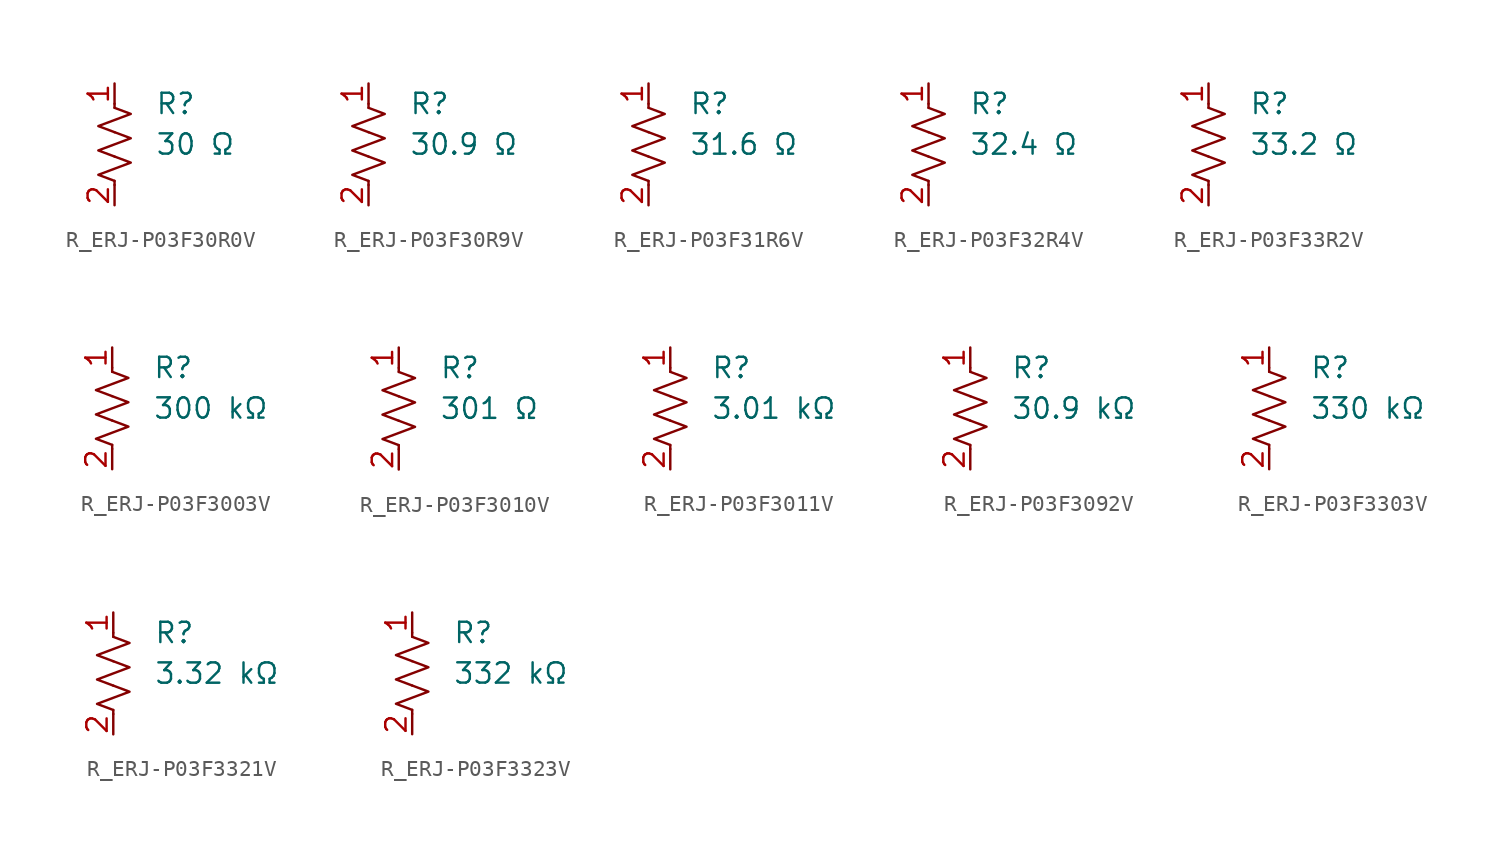
<source format=kicad_sym>
(kicad_symbol_lib
  (version 20231120)
  (generator "kicad_symbol_editor")
  (generator_version "8.0")
  (symbol "R_ERJ-P03F30R0V"
    (pin_names
      (offset 0.254))
    (property "Value" "30 Ω"
      (at 2.54 0 0)
      (effects (font (size 1.27 1.27)) (justify left)))
    (property "Reference" "R"
      (at 2.54 2.54 0)
      (effects (font (size 1.27 1.27)) (justify left)))
    (symbol "R_ERJ-P03F30R0V_0_1"
      (polyline (pts (xy 0 -2.286) (xy 0 -2.54)) (stroke (width 0) (type default)) (fill (type none)))
      (polyline (pts (xy 0 2.286) (xy 0 2.54)) (stroke (width 0) (type default)) (fill (type none)))
      (polyline (pts (xy 0 -0.762) (xy 1.016 -1.143) (xy 0 -1.524) (xy -1.016 -1.905) (xy 0 -2.286)) (stroke (width 0) (type default)) (fill (type none)))
      (polyline (pts (xy 0 0.762) (xy 1.016 0.381) (xy 0 0) (xy -1.016 -0.381) (xy 0 -0.762)) (stroke (width 0) (type default)) (fill (type none)))
      (polyline (pts (xy 0 2.286) (xy 1.016 1.905) (xy 0 1.524) (xy -1.016 1.143) (xy 0 0.762)) (stroke (width 0) (type default)) (fill (type none))))
    (symbol "R_ERJ-P03F30R0V_1_1"
      (pin passive line (at 0 3.81 270) (length 1.27) (name "~" (effects (font (size 1.27 1.27)))) (number "1" (effects (font (size 1.27 1.27)))))
      (pin passive line (at 0 -3.81 90) (length 1.27) (name "~" (effects (font (size 1.27 1.27)))) (number "2" (effects (font (size 1.27 1.27)))))))
  (symbol "R_ERJ-P03F30R9V"
    (pin_names
      (offset 0.254))
    (property "Value" "30.9 Ω"
      (at 2.54 0 0)
      (effects (font (size 1.27 1.27)) (justify left)))
    (property "Reference" "R"
      (at 2.54 2.54 0)
      (effects (font (size 1.27 1.27)) (justify left)))
    (symbol "R_ERJ-P03F30R9V_0_1"
      (polyline (pts (xy 0 -2.286) (xy 0 -2.54)) (stroke (width 0) (type default)) (fill (type none)))
      (polyline (pts (xy 0 2.286) (xy 0 2.54)) (stroke (width 0) (type default)) (fill (type none)))
      (polyline (pts (xy 0 -0.762) (xy 1.016 -1.143) (xy 0 -1.524) (xy -1.016 -1.905) (xy 0 -2.286)) (stroke (width 0) (type default)) (fill (type none)))
      (polyline (pts (xy 0 0.762) (xy 1.016 0.381) (xy 0 0) (xy -1.016 -0.381) (xy 0 -0.762)) (stroke (width 0) (type default)) (fill (type none)))
      (polyline (pts (xy 0 2.286) (xy 1.016 1.905) (xy 0 1.524) (xy -1.016 1.143) (xy 0 0.762)) (stroke (width 0) (type default)) (fill (type none))))
    (symbol "R_ERJ-P03F30R9V_1_1"
      (pin passive line (at 0 3.81 270) (length 1.27) (name "~" (effects (font (size 1.27 1.27)))) (number "1" (effects (font (size 1.27 1.27)))))
      (pin passive line (at 0 -3.81 90) (length 1.27) (name "~" (effects (font (size 1.27 1.27)))) (number "2" (effects (font (size 1.27 1.27)))))))
  (symbol "R_ERJ-P03F31R6V"
    (pin_names
      (offset 0.254))
    (property "Value" "31.6 Ω"
      (at 2.54 0 0)
      (effects (font (size 1.27 1.27)) (justify left)))
    (property "Reference" "R"
      (at 2.54 2.54 0)
      (effects (font (size 1.27 1.27)) (justify left)))
    (symbol "R_ERJ-P03F31R6V_0_1"
      (polyline (pts (xy 0 -2.286) (xy 0 -2.54)) (stroke (width 0) (type default)) (fill (type none)))
      (polyline (pts (xy 0 2.286) (xy 0 2.54)) (stroke (width 0) (type default)) (fill (type none)))
      (polyline (pts (xy 0 -0.762) (xy 1.016 -1.143) (xy 0 -1.524) (xy -1.016 -1.905) (xy 0 -2.286)) (stroke (width 0) (type default)) (fill (type none)))
      (polyline (pts (xy 0 0.762) (xy 1.016 0.381) (xy 0 0) (xy -1.016 -0.381) (xy 0 -0.762)) (stroke (width 0) (type default)) (fill (type none)))
      (polyline (pts (xy 0 2.286) (xy 1.016 1.905) (xy 0 1.524) (xy -1.016 1.143) (xy 0 0.762)) (stroke (width 0) (type default)) (fill (type none))))
    (symbol "R_ERJ-P03F31R6V_1_1"
      (pin passive line (at 0 3.81 270) (length 1.27) (name "~" (effects (font (size 1.27 1.27)))) (number "1" (effects (font (size 1.27 1.27)))))
      (pin passive line (at 0 -3.81 90) (length 1.27) (name "~" (effects (font (size 1.27 1.27)))) (number "2" (effects (font (size 1.27 1.27)))))))
  (symbol "R_ERJ-P03F32R4V"
    (pin_names
      (offset 0.254))
    (property "Value" "32.4 Ω"
      (at 2.54 0 0)
      (effects (font (size 1.27 1.27)) (justify left)))
    (property "Reference" "R"
      (at 2.54 2.54 0)
      (effects (font (size 1.27 1.27)) (justify left)))
    (symbol "R_ERJ-P03F32R4V_0_1"
      (polyline (pts (xy 0 -2.286) (xy 0 -2.54)) (stroke (width 0) (type default)) (fill (type none)))
      (polyline (pts (xy 0 2.286) (xy 0 2.54)) (stroke (width 0) (type default)) (fill (type none)))
      (polyline (pts (xy 0 -0.762) (xy 1.016 -1.143) (xy 0 -1.524) (xy -1.016 -1.905) (xy 0 -2.286)) (stroke (width 0) (type default)) (fill (type none)))
      (polyline (pts (xy 0 0.762) (xy 1.016 0.381) (xy 0 0) (xy -1.016 -0.381) (xy 0 -0.762)) (stroke (width 0) (type default)) (fill (type none)))
      (polyline (pts (xy 0 2.286) (xy 1.016 1.905) (xy 0 1.524) (xy -1.016 1.143) (xy 0 0.762)) (stroke (width 0) (type default)) (fill (type none))))
    (symbol "R_ERJ-P03F32R4V_1_1"
      (pin passive line (at 0 3.81 270) (length 1.27) (name "~" (effects (font (size 1.27 1.27)))) (number "1" (effects (font (size 1.27 1.27)))))
      (pin passive line (at 0 -3.81 90) (length 1.27) (name "~" (effects (font (size 1.27 1.27)))) (number "2" (effects (font (size 1.27 1.27)))))))
  (symbol "R_ERJ-P03F33R2V"
    (pin_names
      (offset 0.254))
    (property "Value" "33.2 Ω"
      (at 2.54 0 0)
      (effects (font (size 1.27 1.27)) (justify left)))
    (property "Reference" "R"
      (at 2.54 2.54 0)
      (effects (font (size 1.27 1.27)) (justify left)))
    (symbol "R_ERJ-P03F33R2V_0_1"
      (polyline (pts (xy 0 -2.286) (xy 0 -2.54)) (stroke (width 0) (type default)) (fill (type none)))
      (polyline (pts (xy 0 2.286) (xy 0 2.54)) (stroke (width 0) (type default)) (fill (type none)))
      (polyline (pts (xy 0 -0.762) (xy 1.016 -1.143) (xy 0 -1.524) (xy -1.016 -1.905) (xy 0 -2.286)) (stroke (width 0) (type default)) (fill (type none)))
      (polyline (pts (xy 0 0.762) (xy 1.016 0.381) (xy 0 0) (xy -1.016 -0.381) (xy 0 -0.762)) (stroke (width 0) (type default)) (fill (type none)))
      (polyline (pts (xy 0 2.286) (xy 1.016 1.905) (xy 0 1.524) (xy -1.016 1.143) (xy 0 0.762)) (stroke (width 0) (type default)) (fill (type none))))
    (symbol "R_ERJ-P03F33R2V_1_1"
      (pin passive line (at 0 3.81 270) (length 1.27) (name "~" (effects (font (size 1.27 1.27)))) (number "1" (effects (font (size 1.27 1.27)))))
      (pin passive line (at 0 -3.81 90) (length 1.27) (name "~" (effects (font (size 1.27 1.27)))) (number "2" (effects (font (size 1.27 1.27)))))))
  (symbol "R_ERJ-P03F3003V"
    (pin_names
      (offset 0.254))
    (property "Value" "300 kΩ"
      (at 2.54 0 0)
      (effects (font (size 1.27 1.27)) (justify left)))
    (property "Reference" "R"
      (at 2.54 2.54 0)
      (effects (font (size 1.27 1.27)) (justify left)))
    (symbol "R_ERJ-P03F3003V_0_1"
      (polyline (pts (xy 0 -2.286) (xy 0 -2.54)) (stroke (width 0) (type default)) (fill (type none)))
      (polyline (pts (xy 0 2.286) (xy 0 2.54)) (stroke (width 0) (type default)) (fill (type none)))
      (polyline (pts (xy 0 -0.762) (xy 1.016 -1.143) (xy 0 -1.524) (xy -1.016 -1.905) (xy 0 -2.286)) (stroke (width 0) (type default)) (fill (type none)))
      (polyline (pts (xy 0 0.762) (xy 1.016 0.381) (xy 0 0) (xy -1.016 -0.381) (xy 0 -0.762)) (stroke (width 0) (type default)) (fill (type none)))
      (polyline (pts (xy 0 2.286) (xy 1.016 1.905) (xy 0 1.524) (xy -1.016 1.143) (xy 0 0.762)) (stroke (width 0) (type default)) (fill (type none))))
    (symbol "R_ERJ-P03F3003V_1_1"
      (pin passive line (at 0 3.81 270) (length 1.27) (name "~" (effects (font (size 1.27 1.27)))) (number "1" (effects (font (size 1.27 1.27)))))
      (pin passive line (at 0 -3.81 90) (length 1.27) (name "~" (effects (font (size 1.27 1.27)))) (number "2" (effects (font (size 1.27 1.27)))))))
  (symbol "R_ERJ-P03F3010V"
    (pin_names
      (offset 0.254))
    (property "Value" "301 Ω"
      (at 2.54 0 0)
      (effects (font (size 1.27 1.27)) (justify left)))
    (property "Reference" "R"
      (at 2.54 2.54 0)
      (effects (font (size 1.27 1.27)) (justify left)))
    (symbol "R_ERJ-P03F3010V_0_1"
      (polyline (pts (xy 0 -2.286) (xy 0 -2.54)) (stroke (width 0) (type default)) (fill (type none)))
      (polyline (pts (xy 0 2.286) (xy 0 2.54)) (stroke (width 0) (type default)) (fill (type none)))
      (polyline (pts (xy 0 -0.762) (xy 1.016 -1.143) (xy 0 -1.524) (xy -1.016 -1.905) (xy 0 -2.286)) (stroke (width 0) (type default)) (fill (type none)))
      (polyline (pts (xy 0 0.762) (xy 1.016 0.381) (xy 0 0) (xy -1.016 -0.381) (xy 0 -0.762)) (stroke (width 0) (type default)) (fill (type none)))
      (polyline (pts (xy 0 2.286) (xy 1.016 1.905) (xy 0 1.524) (xy -1.016 1.143) (xy 0 0.762)) (stroke (width 0) (type default)) (fill (type none))))
    (symbol "R_ERJ-P03F3010V_1_1"
      (pin passive line (at 0 3.81 270) (length 1.27) (name "~" (effects (font (size 1.27 1.27)))) (number "1" (effects (font (size 1.27 1.27)))))
      (pin passive line (at 0 -3.81 90) (length 1.27) (name "~" (effects (font (size 1.27 1.27)))) (number "2" (effects (font (size 1.27 1.27)))))))
  (symbol "R_ERJ-P03F3011V"
    (pin_names
      (offset 0.254))
    (property "Value" "3.01 kΩ"
      (at 2.54 0 0)
      (effects (font (size 1.27 1.27)) (justify left)))
    (property "Reference" "R"
      (at 2.54 2.54 0)
      (effects (font (size 1.27 1.27)) (justify left)))
    (symbol "R_ERJ-P03F3011V_0_1"
      (polyline (pts (xy 0 -2.286) (xy 0 -2.54)) (stroke (width 0) (type default)) (fill (type none)))
      (polyline (pts (xy 0 2.286) (xy 0 2.54)) (stroke (width 0) (type default)) (fill (type none)))
      (polyline (pts (xy 0 -0.762) (xy 1.016 -1.143) (xy 0 -1.524) (xy -1.016 -1.905) (xy 0 -2.286)) (stroke (width 0) (type default)) (fill (type none)))
      (polyline (pts (xy 0 0.762) (xy 1.016 0.381) (xy 0 0) (xy -1.016 -0.381) (xy 0 -0.762)) (stroke (width 0) (type default)) (fill (type none)))
      (polyline (pts (xy 0 2.286) (xy 1.016 1.905) (xy 0 1.524) (xy -1.016 1.143) (xy 0 0.762)) (stroke (width 0) (type default)) (fill (type none))))
    (symbol "R_ERJ-P03F3011V_1_1"
      (pin passive line (at 0 3.81 270) (length 1.27) (name "~" (effects (font (size 1.27 1.27)))) (number "1" (effects (font (size 1.27 1.27)))))
      (pin passive line (at 0 -3.81 90) (length 1.27) (name "~" (effects (font (size 1.27 1.27)))) (number "2" (effects (font (size 1.27 1.27)))))))
  (symbol "R_ERJ-P03F3092V"
    (pin_names
      (offset 0.254))
    (property "Value" "30.9 kΩ"
      (at 2.54 0 0)
      (effects (font (size 1.27 1.27)) (justify left)))
    (property "Reference" "R"
      (at 2.54 2.54 0)
      (effects (font (size 1.27 1.27)) (justify left)))
    (symbol "R_ERJ-P03F3092V_0_1"
      (polyline (pts (xy 0 -2.286) (xy 0 -2.54)) (stroke (width 0) (type default)) (fill (type none)))
      (polyline (pts (xy 0 2.286) (xy 0 2.54)) (stroke (width 0) (type default)) (fill (type none)))
      (polyline (pts (xy 0 -0.762) (xy 1.016 -1.143) (xy 0 -1.524) (xy -1.016 -1.905) (xy 0 -2.286)) (stroke (width 0) (type default)) (fill (type none)))
      (polyline (pts (xy 0 0.762) (xy 1.016 0.381) (xy 0 0) (xy -1.016 -0.381) (xy 0 -0.762)) (stroke (width 0) (type default)) (fill (type none)))
      (polyline (pts (xy 0 2.286) (xy 1.016 1.905) (xy 0 1.524) (xy -1.016 1.143) (xy 0 0.762)) (stroke (width 0) (type default)) (fill (type none))))
    (symbol "R_ERJ-P03F3092V_1_1"
      (pin passive line (at 0 3.81 270) (length 1.27) (name "~" (effects (font (size 1.27 1.27)))) (number "1" (effects (font (size 1.27 1.27)))))
      (pin passive line (at 0 -3.81 90) (length 1.27) (name "~" (effects (font (size 1.27 1.27)))) (number "2" (effects (font (size 1.27 1.27)))))))
  (symbol "R_ERJ-P03F3303V"
    (pin_names
      (offset 0.254))
    (property "Value" "330 kΩ"
      (at 2.54 0 0)
      (effects (font (size 1.27 1.27)) (justify left)))
    (property "Reference" "R"
      (at 2.54 2.54 0)
      (effects (font (size 1.27 1.27)) (justify left)))
    (symbol "R_ERJ-P03F3303V_0_1"
      (polyline (pts (xy 0 -2.286) (xy 0 -2.54)) (stroke (width 0) (type default)) (fill (type none)))
      (polyline (pts (xy 0 2.286) (xy 0 2.54)) (stroke (width 0) (type default)) (fill (type none)))
      (polyline (pts (xy 0 -0.762) (xy 1.016 -1.143) (xy 0 -1.524) (xy -1.016 -1.905) (xy 0 -2.286)) (stroke (width 0) (type default)) (fill (type none)))
      (polyline (pts (xy 0 0.762) (xy 1.016 0.381) (xy 0 0) (xy -1.016 -0.381) (xy 0 -0.762)) (stroke (width 0) (type default)) (fill (type none)))
      (polyline (pts (xy 0 2.286) (xy 1.016 1.905) (xy 0 1.524) (xy -1.016 1.143) (xy 0 0.762)) (stroke (width 0) (type default)) (fill (type none))))
    (symbol "R_ERJ-P03F3303V_1_1"
      (pin passive line (at 0 3.81 270) (length 1.27) (name "~" (effects (font (size 1.27 1.27)))) (number "1" (effects (font (size 1.27 1.27)))))
      (pin passive line (at 0 -3.81 90) (length 1.27) (name "~" (effects (font (size 1.27 1.27)))) (number "2" (effects (font (size 1.27 1.27)))))))
  (symbol "R_ERJ-P03F3321V"
    (pin_names
      (offset 0.254))
    (property "Value" "3.32 kΩ"
      (at 2.54 0 0)
      (effects (font (size 1.27 1.27)) (justify left)))
    (property "Reference" "R"
      (at 2.54 2.54 0)
      (effects (font (size 1.27 1.27)) (justify left)))
    (symbol "R_ERJ-P03F3321V_0_1"
      (polyline (pts (xy 0 -2.286) (xy 0 -2.54)) (stroke (width 0) (type default)) (fill (type none)))
      (polyline (pts (xy 0 2.286) (xy 0 2.54)) (stroke (width 0) (type default)) (fill (type none)))
      (polyline (pts (xy 0 -0.762) (xy 1.016 -1.143) (xy 0 -1.524) (xy -1.016 -1.905) (xy 0 -2.286)) (stroke (width 0) (type default)) (fill (type none)))
      (polyline (pts (xy 0 0.762) (xy 1.016 0.381) (xy 0 0) (xy -1.016 -0.381) (xy 0 -0.762)) (stroke (width 0) (type default)) (fill (type none)))
      (polyline (pts (xy 0 2.286) (xy 1.016 1.905) (xy 0 1.524) (xy -1.016 1.143) (xy 0 0.762)) (stroke (width 0) (type default)) (fill (type none))))
    (symbol "R_ERJ-P03F3321V_1_1"
      (pin passive line (at 0 3.81 270) (length 1.27) (name "~" (effects (font (size 1.27 1.27)))) (number "1" (effects (font (size 1.27 1.27)))))
      (pin passive line (at 0 -3.81 90) (length 1.27) (name "~" (effects (font (size 1.27 1.27)))) (number "2" (effects (font (size 1.27 1.27)))))))
  (symbol "R_ERJ-P03F3323V"
    (pin_names
      (offset 0.254))
    (property "Value" "332 kΩ"
      (at 2.54 0 0)
      (effects (font (size 1.27 1.27)) (justify left)))
    (property "Reference" "R"
      (at 2.54 2.54 0)
      (effects (font (size 1.27 1.27)) (justify left)))
    (symbol "R_ERJ-P03F3323V_0_1"
      (polyline (pts (xy 0 -2.286) (xy 0 -2.54)) (stroke (width 0) (type default)) (fill (type none)))
      (polyline (pts (xy 0 2.286) (xy 0 2.54)) (stroke (width 0) (type default)) (fill (type none)))
      (polyline (pts (xy 0 -0.762) (xy 1.016 -1.143) (xy 0 -1.524) (xy -1.016 -1.905) (xy 0 -2.286)) (stroke (width 0) (type default)) (fill (type none)))
      (polyline (pts (xy 0 0.762) (xy 1.016 0.381) (xy 0 0) (xy -1.016 -0.381) (xy 0 -0.762)) (stroke (width 0) (type default)) (fill (type none)))
      (polyline (pts (xy 0 2.286) (xy 1.016 1.905) (xy 0 1.524) (xy -1.016 1.143) (xy 0 0.762)) (stroke (width 0) (type default)) (fill (type none))))
    (symbol "R_ERJ-P03F3323V_1_1"
      (pin passive line (at 0 3.81 270) (length 1.27) (name "~" (effects (font (size 1.27 1.27)))) (number "1" (effects (font (size 1.27 1.27)))))
      (pin passive line (at 0 -3.81 90) (length 1.27) (name "~" (effects (font (size 1.27 1.27)))) (number "2" (effects (font (size 1.27 1.27))))))))
</source>
